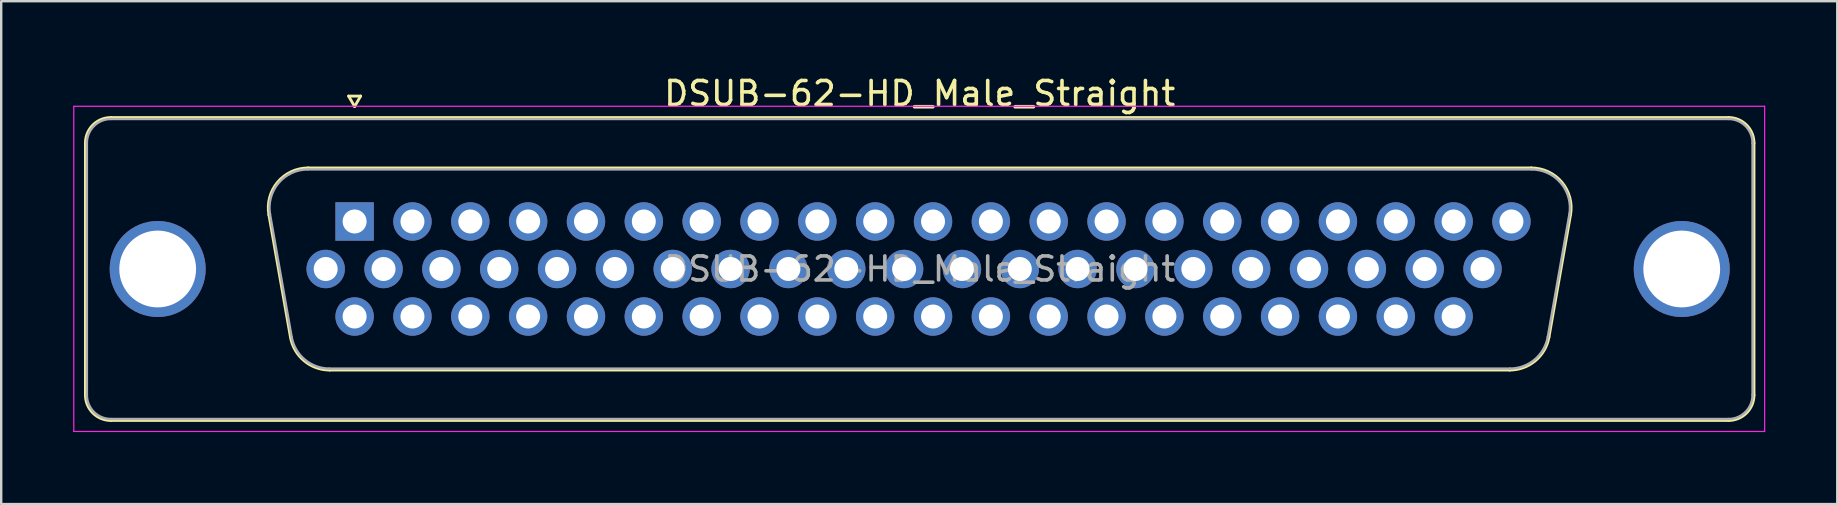
<source format=kicad_pcb>
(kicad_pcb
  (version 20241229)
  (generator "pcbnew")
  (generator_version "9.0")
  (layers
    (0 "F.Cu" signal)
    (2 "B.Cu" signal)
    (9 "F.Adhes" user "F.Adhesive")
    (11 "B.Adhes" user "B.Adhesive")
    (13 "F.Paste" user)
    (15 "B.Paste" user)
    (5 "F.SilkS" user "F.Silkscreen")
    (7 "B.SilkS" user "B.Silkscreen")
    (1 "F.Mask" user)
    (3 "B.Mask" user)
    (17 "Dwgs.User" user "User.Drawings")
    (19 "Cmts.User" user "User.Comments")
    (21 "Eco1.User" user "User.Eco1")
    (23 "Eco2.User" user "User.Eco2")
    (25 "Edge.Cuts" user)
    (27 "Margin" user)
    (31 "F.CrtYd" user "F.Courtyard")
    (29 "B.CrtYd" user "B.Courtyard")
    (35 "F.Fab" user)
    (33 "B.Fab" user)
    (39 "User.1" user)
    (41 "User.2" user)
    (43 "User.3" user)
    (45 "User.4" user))
  (footprint "DSUB-62-HD_Male_Straight"
    (layer "F.Cu")
    (at 11.725 6.178)
    (property "Reference" "DSUB-62-HD_Male_Straight" (at 23.545 -5.33 0) (layer "F.SilkS") (effects (font (size 1 1) (thickness 0.15))))
    (attr through_hole)
    (fp_line (start -11.215 7.23) (end -11.215 -3.27) (stroke (width 0.12) (type solid)) (layer "F.SilkS"))
    (fp_line (start -10.155 -4.33) (end 57.245 -4.33) (stroke (width 0.12) (type solid)) (layer "F.SilkS"))
    (fp_line (start -3.571 -0.282) (end -2.672 4.818) (stroke (width 0.12) (type solid)) (layer "F.SilkS"))
    (fp_line (start -1.937 -2.23) (end 49.027 -2.23) (stroke (width 0.12) (type solid)) (layer "F.SilkS"))
    (fp_line (start -1.037 6.19) (end 48.127 6.19) (stroke (width 0.12) (type solid)) (layer "F.SilkS"))
    (fp_line (start -0.25 -5.224) (end 0.25 -5.224) (stroke (width 0.12) (type solid)) (layer "F.SilkS"))
    (fp_line (start 0 -4.791) (end -0.25 -5.224) (stroke (width 0.12) (type solid)) (layer "F.SilkS"))
    (fp_line (start 0.25 -5.224) (end 0 -4.791) (stroke (width 0.12) (type solid)) (layer "F.SilkS"))
    (fp_line (start 50.661 -0.282) (end 49.762 4.818) (stroke (width 0.12) (type solid)) (layer "F.SilkS"))
    (fp_line (start 57.245 8.29) (end -10.155 8.29) (stroke (width 0.12) (type solid)) (layer "F.SilkS"))
    (fp_line (start 58.305 -3.27) (end 58.305 7.23) (stroke (width 0.12) (type solid)) (layer "F.SilkS"))
    (fp_arc (start -11.215 -3.27) (mid -10.904533 -4.019533) (end -10.155 -4.33) (stroke (width 0.12) (type solid)) (layer "F.SilkS"))
    (fp_arc (start -10.155 8.29) (mid -10.904533 7.979533) (end -11.215 7.23) (stroke (width 0.12) (type solid)) (layer "F.SilkS"))
    (fp_arc (start -3.57147 -0.281744) (mid -3.208323 -1.637028) (end -1.936689 -2.23) (stroke (width 0.12) (type solid)) (layer "F.SilkS"))
    (fp_arc (start -1.037421 6.19) (mid -2.104448 5.801634) (end -2.672202 4.818256) (stroke (width 0.12) (type solid)) (layer "F.SilkS"))
    (fp_arc (start 49.026689 -2.23) (mid 50.298323 -1.637027) (end 50.66147 -0.281744) (stroke (width 0.12) (type solid)) (layer "F.SilkS"))
    (fp_arc (start 49.762202 4.818256) (mid 49.194449 5.801634) (end 48.127421 6.19) (stroke (width 0.12) (type solid)) (layer "F.SilkS"))
    (fp_arc (start 57.245 -4.33) (mid 57.994533 -4.019533) (end 58.305 -3.27) (stroke (width 0.12) (type solid)) (layer "F.SilkS"))
    (fp_arc (start 58.305 7.23) (mid 57.994533 7.979533) (end 57.245 8.29) (stroke (width 0.12) (type solid)) (layer "F.SilkS"))
    (fp_line (start -11.7 -4.8) (end -11.7 8.75) (stroke (width 0.05) (type solid)) (layer "F.CrtYd"))
    (fp_line (start -11.7 8.75) (end 58.75 8.75) (stroke (width 0.05) (type solid)) (layer "F.CrtYd"))
    (fp_line (start 58.75 -4.8) (end -11.7 -4.8) (stroke (width 0.05) (type solid)) (layer "F.CrtYd"))
    (fp_line (start 58.75 8.75) (end 58.75 -4.8) (stroke (width 0.05) (type solid)) (layer "F.CrtYd"))
    (fp_line (start -11.155 7.23) (end -11.155 -3.27) (stroke (width 0.1) (type solid)) (layer "F.Fab"))
    (fp_line (start -10.155 -4.27) (end 57.245 -4.27) (stroke (width 0.1) (type solid)) (layer "F.Fab"))
    (fp_line (start -3.524 -0.292) (end -2.625 4.808) (stroke (width 0.1) (type solid)) (layer "F.Fab"))
    (fp_line (start -1.948 -2.17) (end 49.038 -2.17) (stroke (width 0.1) (type solid)) (layer "F.Fab"))
    (fp_line (start -1.049 6.13) (end 48.139 6.13) (stroke (width 0.1) (type solid)) (layer "F.Fab"))
    (fp_line (start 50.614 -0.292) (end 49.715 4.808) (stroke (width 0.1) (type solid)) (layer "F.Fab"))
    (fp_line (start 57.245 8.23) (end -10.155 8.23) (stroke (width 0.1) (type solid)) (layer "F.Fab"))
    (fp_line (start 58.245 -3.27) (end 58.245 7.23) (stroke (width 0.1) (type solid)) (layer "F.Fab"))
    (fp_arc (start -11.155 -3.27) (mid -10.862107 -3.977107) (end -10.155 -4.27) (stroke (width 0.1) (type solid)) (layer "F.Fab"))
    (fp_arc (start -10.155 8.23) (mid -10.862107 7.937107) (end -11.155 7.23) (stroke (width 0.1) (type solid)) (layer "F.Fab"))
    (fp_arc (start -3.523886 -0.292163) (mid -3.173865 -1.59846) (end -1.948194 -2.17) (stroke (width 0.1) (type solid)) (layer "F.Fab"))
    (fp_arc (start -1.048927 6.13) (mid -2.077387 5.755671) (end -2.624619 4.807837) (stroke (width 0.1) (type solid)) (layer "F.Fab"))
    (fp_arc (start 49.038194 -2.17) (mid 50.263865 -1.59846) (end 50.613886 -0.292163) (stroke (width 0.1) (type solid)) (layer "F.Fab"))
    (fp_arc (start 49.714619 4.807837) (mid 49.167387 5.755671) (end 48.138927 6.13) (stroke (width 0.1) (type solid)) (layer "F.Fab"))
    (fp_arc (start 57.245 -4.27) (mid 57.952107 -3.977107) (end 58.245 -3.27) (stroke (width 0.1) (type solid)) (layer "F.Fab"))
    (fp_arc (start 58.245 7.23) (mid 57.952107 7.937107) (end 57.245 8.23) (stroke (width 0.1) (type solid)) (layer "F.Fab"))
    (fp_text user "${REFERENCE}" (at 23.545 1.98 0) (layer "F.Fab") (effects (font (size 1 1) (thickness 0.15))))
    (pad "0" thru_hole circle (at -8.205 1.98) (size 4 4) (drill 3.2) (layers "*.Cu" "*.Mask"))
    (pad "0" thru_hole circle (at 55.295 1.98) (size 4 4) (drill 3.2) (layers "*.Cu" "*.Mask"))
    (pad "1" thru_hole rect (at 0 0) (size 1.6 1.6) (drill 1) (layers "*.Cu" "*.Mask"))
    (pad "2" thru_hole circle (at 2.41 0) (size 1.6 1.6) (drill 1) (layers "*.Cu" "*.Mask"))
    (pad "3" thru_hole circle (at 4.82 0) (size 1.6 1.6) (drill 1) (layers "*.Cu" "*.Mask"))
    (pad "4" thru_hole circle (at 7.23 0) (size 1.6 1.6) (drill 1) (layers "*.Cu" "*.Mask"))
    (pad "5" thru_hole circle (at 9.64 0) (size 1.6 1.6) (drill 1) (layers "*.Cu" "*.Mask"))
    (pad "6" thru_hole circle (at 12.05 0) (size 1.6 1.6) (drill 1) (layers "*.Cu" "*.Mask"))
    (pad "7" thru_hole circle (at 14.46 0) (size 1.6 1.6) (drill 1) (layers "*.Cu" "*.Mask"))
    (pad "8" thru_hole circle (at 16.87 0) (size 1.6 1.6) (drill 1) (layers "*.Cu" "*.Mask"))
    (pad "9" thru_hole circle (at 19.28 0) (size 1.6 1.6) (drill 1) (layers "*.Cu" "*.Mask"))
    (pad "10" thru_hole circle (at 21.69 0) (size 1.6 1.6) (drill 1) (layers "*.Cu" "*.Mask"))
    (pad "11" thru_hole circle (at 24.1 0) (size 1.6 1.6) (drill 1) (layers "*.Cu" "*.Mask"))
    (pad "12" thru_hole circle (at 26.51 0) (size 1.6 1.6) (drill 1) (layers "*.Cu" "*.Mask"))
    (pad "13" thru_hole circle (at 28.92 0) (size 1.6 1.6) (drill 1) (layers "*.Cu" "*.Mask"))
    (pad "14" thru_hole circle (at 31.33 0) (size 1.6 1.6) (drill 1) (layers "*.Cu" "*.Mask"))
    (pad "15" thru_hole circle (at 33.74 0) (size 1.6 1.6) (drill 1) (layers "*.Cu" "*.Mask"))
    (pad "16" thru_hole circle (at 36.15 0) (size 1.6 1.6) (drill 1) (layers "*.Cu" "*.Mask"))
    (pad "17" thru_hole circle (at 38.56 0) (size 1.6 1.6) (drill 1) (layers "*.Cu" "*.Mask"))
    (pad "18" thru_hole circle (at 40.97 0) (size 1.6 1.6) (drill 1) (layers "*.Cu" "*.Mask"))
    (pad "19" thru_hole circle (at 43.38 0) (size 1.6 1.6) (drill 1) (layers "*.Cu" "*.Mask"))
    (pad "20" thru_hole circle (at 45.79 0) (size 1.6 1.6) (drill 1) (layers "*.Cu" "*.Mask"))
    (pad "21" thru_hole circle (at 48.2 0) (size 1.6 1.6) (drill 1) (layers "*.Cu" "*.Mask"))
    (pad "22" thru_hole circle (at -1.205 1.98) (size 1.6 1.6) (drill 1) (layers "*.Cu" "*.Mask"))
    (pad "23" thru_hole circle (at 1.205 1.98) (size 1.6 1.6) (drill 1) (layers "*.Cu" "*.Mask"))
    (pad "24" thru_hole circle (at 3.615 1.98) (size 1.6 1.6) (drill 1) (layers "*.Cu" "*.Mask"))
    (pad "25" thru_hole circle (at 6.025 1.98) (size 1.6 1.6) (drill 1) (layers "*.Cu" "*.Mask"))
    (pad "26" thru_hole circle (at 8.435 1.98) (size 1.6 1.6) (drill 1) (layers "*.Cu" "*.Mask"))
    (pad "27" thru_hole circle (at 10.845 1.98) (size 1.6 1.6) (drill 1) (layers "*.Cu" "*.Mask"))
    (pad "28" thru_hole circle (at 13.255 1.98) (size 1.6 1.6) (drill 1) (layers "*.Cu" "*.Mask"))
    (pad "29" thru_hole circle (at 15.665 1.98) (size 1.6 1.6) (drill 1) (layers "*.Cu" "*.Mask"))
    (pad "30" thru_hole circle (at 18.075 1.98) (size 1.6 1.6) (drill 1) (layers "*.Cu" "*.Mask"))
    (pad "31" thru_hole circle (at 20.485 1.98) (size 1.6 1.6) (drill 1) (layers "*.Cu" "*.Mask"))
    (pad "32" thru_hole circle (at 22.895 1.98) (size 1.6 1.6) (drill 1) (layers "*.Cu" "*.Mask"))
    (pad "33" thru_hole circle (at 25.305 1.98) (size 1.6 1.6) (drill 1) (layers "*.Cu" "*.Mask"))
    (pad "34" thru_hole circle (at 27.715 1.98) (size 1.6 1.6) (drill 1) (layers "*.Cu" "*.Mask"))
    (pad "35" thru_hole circle (at 30.125 1.98) (size 1.6 1.6) (drill 1) (layers "*.Cu" "*.Mask"))
    (pad "36" thru_hole circle (at 32.535 1.98) (size 1.6 1.6) (drill 1) (layers "*.Cu" "*.Mask"))
    (pad "37" thru_hole circle (at 34.945 1.98) (size 1.6 1.6) (drill 1) (layers "*.Cu" "*.Mask"))
    (pad "38" thru_hole circle (at 37.355 1.98) (size 1.6 1.6) (drill 1) (layers "*.Cu" "*.Mask"))
    (pad "39" thru_hole circle (at 39.765 1.98) (size 1.6 1.6) (drill 1) (layers "*.Cu" "*.Mask"))
    (pad "40" thru_hole circle (at 42.175 1.98) (size 1.6 1.6) (drill 1) (layers "*.Cu" "*.Mask"))
    (pad "41" thru_hole circle (at 44.585 1.98) (size 1.6 1.6) (drill 1) (layers "*.Cu" "*.Mask"))
    (pad "42" thru_hole circle (at 46.995 1.98) (size 1.6 1.6) (drill 1) (layers "*.Cu" "*.Mask"))
    (pad "43" thru_hole circle (at 0 3.96) (size 1.6 1.6) (drill 1) (layers "*.Cu" "*.Mask"))
    (pad "44" thru_hole circle (at 2.41 3.96) (size 1.6 1.6) (drill 1) (layers "*.Cu" "*.Mask"))
    (pad "45" thru_hole circle (at 4.82 3.96) (size 1.6 1.6) (drill 1) (layers "*.Cu" "*.Mask"))
    (pad "46" thru_hole circle (at 7.23 3.96) (size 1.6 1.6) (drill 1) (layers "*.Cu" "*.Mask"))
    (pad "47" thru_hole circle (at 9.64 3.96) (size 1.6 1.6) (drill 1) (layers "*.Cu" "*.Mask"))
    (pad "48" thru_hole circle (at 12.05 3.96) (size 1.6 1.6) (drill 1) (layers "*.Cu" "*.Mask"))
    (pad "49" thru_hole circle (at 14.46 3.96) (size 1.6 1.6) (drill 1) (layers "*.Cu" "*.Mask"))
    (pad "50" thru_hole circle (at 16.87 3.96) (size 1.6 1.6) (drill 1) (layers "*.Cu" "*.Mask"))
    (pad "51" thru_hole circle (at 19.28 3.96) (size 1.6 1.6) (drill 1) (layers "*.Cu" "*.Mask"))
    (pad "52" thru_hole circle (at 21.69 3.96) (size 1.6 1.6) (drill 1) (layers "*.Cu" "*.Mask"))
    (pad "53" thru_hole circle (at 24.1 3.96) (size 1.6 1.6) (drill 1) (layers "*.Cu" "*.Mask"))
    (pad "54" thru_hole circle (at 26.51 3.96) (size 1.6 1.6) (drill 1) (layers "*.Cu" "*.Mask"))
    (pad "55" thru_hole circle (at 28.92 3.96) (size 1.6 1.6) (drill 1) (layers "*.Cu" "*.Mask"))
    (pad "56" thru_hole circle (at 31.33 3.96) (size 1.6 1.6) (drill 1) (layers "*.Cu" "*.Mask"))
    (pad "57" thru_hole circle (at 33.74 3.96) (size 1.6 1.6) (drill 1) (layers "*.Cu" "*.Mask"))
    (pad "58" thru_hole circle (at 36.15 3.96) (size 1.6 1.6) (drill 1) (layers "*.Cu" "*.Mask"))
    (pad "59" thru_hole circle (at 38.56 3.96) (size 1.6 1.6) (drill 1) (layers "*.Cu" "*.Mask"))
    (pad "60" thru_hole circle (at 40.97 3.96) (size 1.6 1.6) (drill 1) (layers "*.Cu" "*.Mask"))
    (pad "61" thru_hole circle (at 43.38 3.96) (size 1.6 1.6) (drill 1) (layers "*.Cu" "*.Mask"))
    (pad "62" thru_hole circle (at 45.79 3.96) (size 1.6 1.6) (drill 1) (layers "*.Cu" "*.Mask")))
  (gr_rect
    (start -3 -3)
    (end 73.5 17.953)
    (stroke (width 0.1) (type default))
    (fill no)
    (layer "Edge.Cuts")))
</source>
